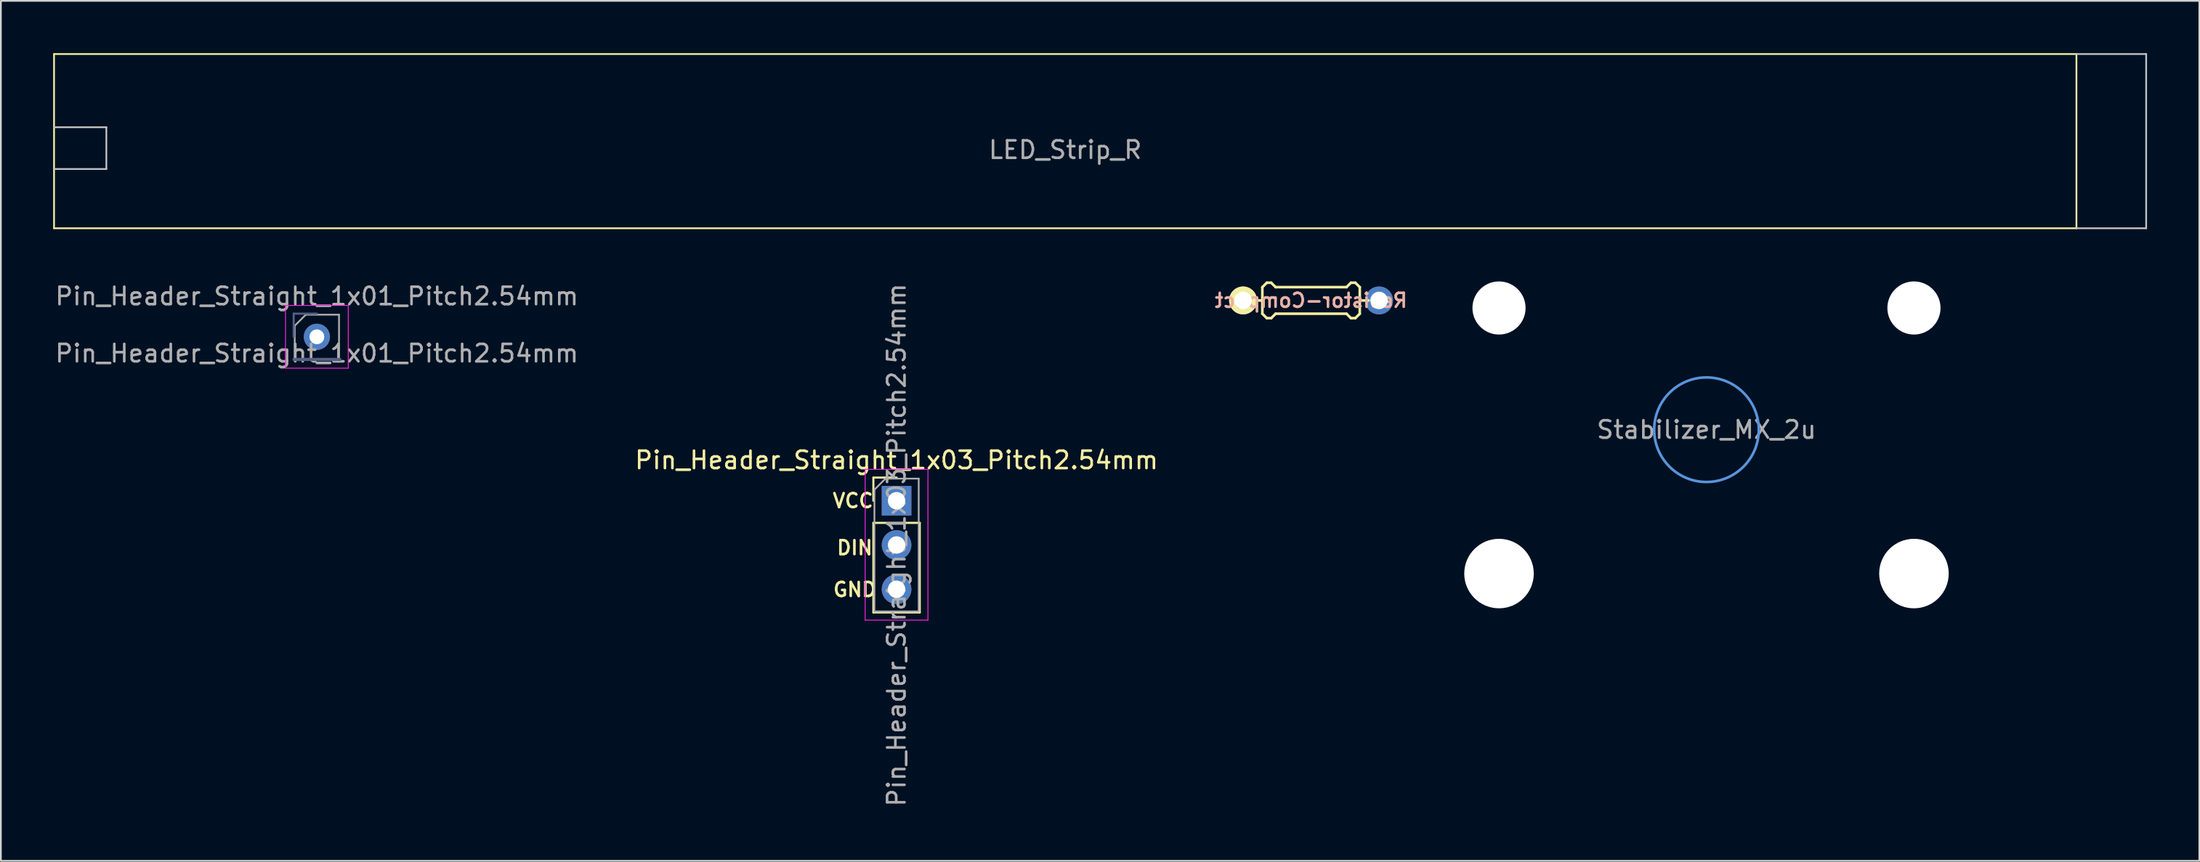
<source format=kicad_pcb>
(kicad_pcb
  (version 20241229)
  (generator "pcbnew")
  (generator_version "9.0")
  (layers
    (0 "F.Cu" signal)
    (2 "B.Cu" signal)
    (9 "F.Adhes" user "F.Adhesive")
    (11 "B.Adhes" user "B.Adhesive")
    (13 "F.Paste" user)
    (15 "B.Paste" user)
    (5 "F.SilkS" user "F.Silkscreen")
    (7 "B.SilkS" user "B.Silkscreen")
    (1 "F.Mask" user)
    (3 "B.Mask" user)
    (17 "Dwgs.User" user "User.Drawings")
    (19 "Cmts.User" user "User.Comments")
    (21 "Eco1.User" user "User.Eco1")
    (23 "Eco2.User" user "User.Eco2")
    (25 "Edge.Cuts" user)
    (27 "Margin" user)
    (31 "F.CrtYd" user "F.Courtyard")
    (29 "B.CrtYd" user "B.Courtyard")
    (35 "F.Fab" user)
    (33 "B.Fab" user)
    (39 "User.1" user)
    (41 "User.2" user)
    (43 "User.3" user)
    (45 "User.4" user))
  (footprint "Resistor-Compact"
    (layer "F.Cu")
    (at 72.15 14.191)
    (property "Reference" "Resistor-Compact" (at 0 0 0) (layer "B.SilkS") (effects (font (size 0.8 0.8) (thickness 0.15)) (justify mirror)))
    (attr smd)
    (fp_line (start -3.302 0) (end -2.794 0) (stroke (width 0.15) (type solid)) (layer "F.SilkS"))
    (fp_line (start -2.794 -0.762) (end -2.54 -1.016) (stroke (width 0.15) (type solid)) (layer "F.SilkS"))
    (fp_line (start -2.794 0.762) (end -2.794 -0.762) (stroke (width 0.15) (type solid)) (layer "F.SilkS"))
    (fp_line (start -2.54 -1.016) (end -2.286 -1.016) (stroke (width 0.15) (type solid)) (layer "F.SilkS"))
    (fp_line (start -2.54 1.016) (end -2.794 0.762) (stroke (width 0.15) (type solid)) (layer "F.SilkS"))
    (fp_line (start -2.286 -1.016) (end -2.032 -0.762) (stroke (width 0.15) (type solid)) (layer "F.SilkS"))
    (fp_line (start -2.286 1.016) (end -2.54 1.016) (stroke (width 0.15) (type solid)) (layer "F.SilkS"))
    (fp_line (start -2.032 -0.762) (end 2.032 -0.762) (stroke (width 0.15) (type solid)) (layer "F.SilkS"))
    (fp_line (start -2.032 0.762) (end -2.286 1.016) (stroke (width 0.15) (type solid)) (layer "F.SilkS"))
    (fp_line (start 2.032 -0.762) (end 2.286 -1.016) (stroke (width 0.15) (type solid)) (layer "F.SilkS"))
    (fp_line (start 2.032 0.762) (end -2.032 0.762) (stroke (width 0.15) (type solid)) (layer "F.SilkS"))
    (fp_line (start 2.286 -1.016) (end 2.54 -1.016) (stroke (width 0.15) (type solid)) (layer "F.SilkS"))
    (fp_line (start 2.286 1.016) (end 2.032 0.762) (stroke (width 0.15) (type solid)) (layer "F.SilkS"))
    (fp_line (start 2.54 -1.016) (end 2.794 -0.762) (stroke (width 0.15) (type solid)) (layer "F.SilkS"))
    (fp_line (start 2.54 1.016) (end 2.286 1.016) (stroke (width 0.15) (type solid)) (layer "F.SilkS"))
    (fp_line (start 2.794 -0.762) (end 2.794 0.762) (stroke (width 0.15) (type solid)) (layer "F.SilkS"))
    (fp_line (start 2.794 0) (end 3.302 0) (stroke (width 0.15) (type solid)) (layer "F.SilkS"))
    (fp_line (start 2.794 0.762) (end 2.54 1.016) (stroke (width 0.15) (type solid)) (layer "F.SilkS"))
    (pad "1" thru_hole circle (at 3.9 0) (size 1.6 1.6) (drill 1) (layers "*.Cu" "*.Mask"))
    (pad "2" thru_hole circle (at -3.9 0) (size 1.6 1.6) (drill 1) (layers "*.Cu" "*.Mask" "F.SilkS")))
  (footprint "LED_Strip_R"
    (layer "F.Cu")
    (at 58.05 5.05)
    (property "Reference" "LED_Strip_R" (at 0 0.5 0) (layer "F.Fab") (effects (font (size 1 1) (thickness 0.15))))
    (attr through_hole)
    (fp_line (start -58 -5) (end 58 -5) (stroke (width 0.1) (type solid)) (layer "F.SilkS"))
    (fp_line (start -58 5) (end -58 -5) (stroke (width 0.1) (type solid)) (layer "F.SilkS"))
    (fp_line (start 58 -5) (end 58 5) (stroke (width 0.1) (type solid)) (layer "F.SilkS"))
    (fp_line (start 58 5) (end -58 5) (stroke (width 0.1) (type solid)) (layer "F.SilkS"))
    (fp_line (start -58 1.6) (end -55 1.6) (stroke (width 0.1) (type solid)) (layer "Dwgs.User"))
    (fp_line (start -55 -0.8) (end -58 -0.8) (stroke (width 0.1) (type solid)) (layer "Dwgs.User"))
    (fp_line (start -55 1.6) (end -55 -0.8) (stroke (width 0.1) (type solid)) (layer "Dwgs.User"))
    (fp_line (start 58 -5) (end 62 -5) (stroke (width 0.1) (type solid)) (layer "Dwgs.User"))
    (fp_line (start 62 -5) (end 62 5) (stroke (width 0.1) (type solid)) (layer "Dwgs.User"))
    (fp_line (start 62 5) (end 58 5) (stroke (width 0.1) (type solid)) (layer "Dwgs.User")))
  (footprint "Stabilizer_MX_2u"
    (layer "F.Cu")
    (at 94.83 21.609)
    (property "Reference" "Stabilizer_MX_2u" (at 0 0 0) (layer "F.Fab") (effects (font (size 1 1) (thickness 0.15))))
    (attr through_hole)
    (fp_circle (center 0 0) (end 3 0) (stroke (width 0.15) (type solid)) (fill no) (layer "Cmts.User"))
    (fp_line (start -13.97 -6.985) (end -13.97 6.985) (stroke (width 0.12) (type solid)) (layer "Eco2.User"))
    (fp_line (start -13.97 -6.985) (end 13.97 -6.985) (stroke (width 0.12) (type solid)) (layer "Eco2.User"))
    (fp_line (start -13.97 6.985) (end 13.97 6.985) (stroke (width 0.12) (type solid)) (layer "Eco2.User"))
    (fp_line (start 13.97 -6.985) (end 13.97 6.985) (stroke (width 0.12) (type solid)) (layer "Eco2.User"))
    (pad "" np_thru_hole circle (at -11.9 -6.985) (size 3.048 3.048) (drill 3.048) (layers "*.Cu" "*.Mask"))
    (pad "" np_thru_hole circle (at -11.9 8.255) (size 3.988 3.988) (drill 3.988) (layers "*.Cu" "*.Mask"))
    (pad "" np_thru_hole circle (at 11.9 -6.985) (size 3.048 3.048) (drill 3.048) (layers "*.Cu" "*.Mask"))
    (pad "" np_thru_hole circle (at 11.9 8.255) (size 3.988 3.988) (drill 3.988) (layers "*.Cu" "*.Mask")))
  (footprint "Pin_Header_Straight_1x03_Pitch2.54mm"
    (layer "F.Cu")
    (at 48.375 25.685)
    (property "Reference" "Pin_Header_Straight_1x03_Pitch2.54mm" (at 0 -2.33 0) (layer "F.SilkS") (effects (font (size 1 1) (thickness 0.15))))
    (attr through_hole)
    (fp_line (start -1.33 -1.33) (end 0 -1.33) (stroke (width 0.12) (type solid)) (layer "F.SilkS"))
    (fp_line (start -1.33 0) (end -1.33 -1.33) (stroke (width 0.12) (type solid)) (layer "F.SilkS"))
    (fp_line (start -1.33 1.27) (end -1.33 6.41) (stroke (width 0.12) (type solid)) (layer "F.SilkS"))
    (fp_line (start -1.33 1.27) (end 1.33 1.27) (stroke (width 0.12) (type solid)) (layer "F.SilkS"))
    (fp_line (start -1.33 6.41) (end 1.33 6.41) (stroke (width 0.12) (type solid)) (layer "F.SilkS"))
    (fp_line (start 1.33 1.27) (end 1.33 6.41) (stroke (width 0.12) (type solid)) (layer "F.SilkS"))
    (fp_line (start -1.8 -1.8) (end -1.8 6.85) (stroke (width 0.05) (type solid)) (layer "F.CrtYd"))
    (fp_line (start -1.8 6.85) (end 1.8 6.85) (stroke (width 0.05) (type solid)) (layer "F.CrtYd"))
    (fp_line (start 1.8 -1.8) (end -1.8 -1.8) (stroke (width 0.05) (type solid)) (layer "F.CrtYd"))
    (fp_line (start 1.8 6.85) (end 1.8 -1.8) (stroke (width 0.05) (type solid)) (layer "F.CrtYd"))
    (fp_line (start -1.27 -0.635) (end -0.635 -1.27) (stroke (width 0.1) (type solid)) (layer "F.Fab"))
    (fp_line (start -1.27 6.35) (end -1.27 -0.635) (stroke (width 0.1) (type solid)) (layer "F.Fab"))
    (fp_line (start -0.635 -1.27) (end 1.27 -1.27) (stroke (width 0.1) (type solid)) (layer "F.Fab"))
    (fp_line (start 1.27 -1.27) (end 1.27 6.35) (stroke (width 0.1) (type solid)) (layer "F.Fab"))
    (fp_line (start 1.27 6.35) (end -1.27 6.35) (stroke (width 0.1) (type solid)) (layer "F.Fab"))
    (fp_text user "VCC" (at -2.5 0 0) (layer "F.SilkS") (effects (font (size 0.8 0.8) (thickness 0.15))))
    (fp_text user "GND" (at -2.4 5.1 0) (layer "F.SilkS") (effects (font (size 0.8 0.8) (thickness 0.15))))
    (fp_text user "DIN" (at -2.4 2.7 0) (layer "F.SilkS") (effects (font (size 0.8 0.8) (thickness 0.15))))
    (fp_text user "${REFERENCE}" (at 0 2.54 90) (layer "F.Fab") (effects (font (size 1 1) (thickness 0.15))))
    (pad "1" thru_hole rect (at 0 0) (size 1.7 1.7) (drill 1) (layers "*.Cu" "*.Mask"))
    (pad "2" thru_hole oval (at 0 2.54) (size 1.7 1.7) (drill 1) (layers "*.Cu" "*.Mask"))
    (pad "3" thru_hole oval (at 0 5.08) (size 1.7 1.7) (drill 1) (layers "*.Cu" "*.Mask")))
  (footprint "Pin_Header_Straight_1x01_Pitch2.54mm"
    (layer "F.Cu")
    (at 15.125 16.278)
    (property "Reference" "Pin_Header_Straight_1x01_Pitch2.54mm" (at 0 -2.33 0) (layer "F.Fab") (effects (font (size 1 1) (thickness 0.15))))
    (attr through_hole)
    (fp_line (start -1.8 -1.8) (end -1.8 1.8) (stroke (width 0.05) (type solid)) (layer "F.CrtYd"))
    (fp_line (start -1.8 1.8) (end 1.8 1.8) (stroke (width 0.05) (type solid)) (layer "F.CrtYd"))
    (fp_line (start 1.8 -1.8) (end -1.8 -1.8) (stroke (width 0.05) (type solid)) (layer "F.CrtYd"))
    (fp_line (start 1.8 1.8) (end 1.8 -1.8) (stroke (width 0.05) (type solid)) (layer "F.CrtYd"))
    (fp_line (start -1.33 -1.33) (end 0 -1.33) (stroke (width 0.12) (type solid)) (layer "B.Fab"))
    (fp_line (start -1.33 0) (end -1.33 -1.33) (stroke (width 0.12) (type solid)) (layer "B.Fab"))
    (fp_line (start -1.33 1.27) (end -1.33 1.33) (stroke (width 0.12) (type solid)) (layer "B.Fab"))
    (fp_line (start -1.33 1.27) (end 1.33 1.27) (stroke (width 0.12) (type solid)) (layer "B.Fab"))
    (fp_line (start -1.33 1.33) (end 1.33 1.33) (stroke (width 0.12) (type solid)) (layer "B.Fab"))
    (fp_line (start 1.33 1.27) (end 1.33 1.33) (stroke (width 0.12) (type solid)) (layer "B.Fab"))
    (fp_line (start -1.27 -0.635) (end -0.635 -1.27) (stroke (width 0.1) (type solid)) (layer "F.Fab"))
    (fp_line (start -1.27 1.27) (end -1.27 -0.635) (stroke (width 0.1) (type solid)) (layer "F.Fab"))
    (fp_line (start -0.635 -1.27) (end 1.27 -1.27) (stroke (width 0.1) (type solid)) (layer "F.Fab"))
    (fp_line (start 1.27 -1.27) (end 1.27 1.27) (stroke (width 0.1) (type solid)) (layer "F.Fab"))
    (fp_line (start 1.27 1.27) (end -1.27 1.27) (stroke (width 0.1) (type solid)) (layer "F.Fab"))
    (fp_text user "${REFERENCE}" (at 0 0.95 0) (layer "F.Fab") (effects (font (size 1 1) (thickness 0.15))))
    (pad "1" thru_hole circle (at 0 0) (size 1.5 1.5) (drill 0.85) (layers "*.Cu" "*.Mask")))
  (gr_rect
    (start -3 -3)
    (end 123.1 46.35)
    (stroke (width 0.1) (type default))
    (fill no)
    (layer "Edge.Cuts")))
</source>
